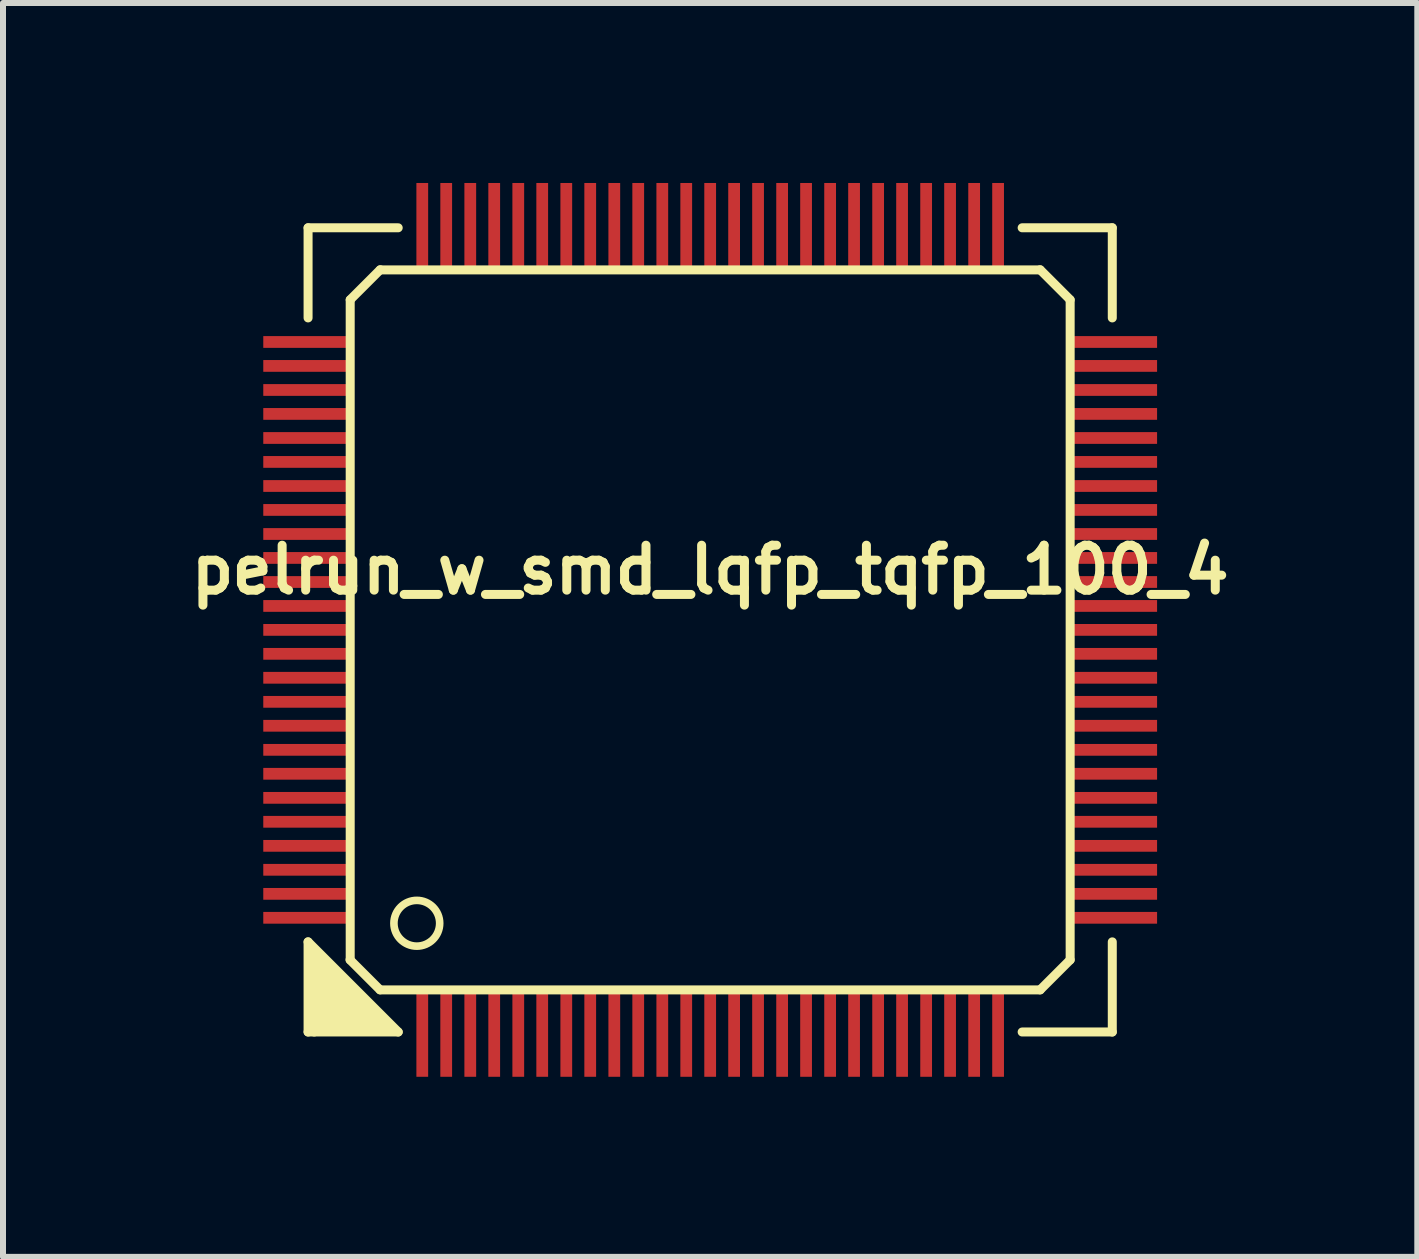
<source format=kicad_pcb>
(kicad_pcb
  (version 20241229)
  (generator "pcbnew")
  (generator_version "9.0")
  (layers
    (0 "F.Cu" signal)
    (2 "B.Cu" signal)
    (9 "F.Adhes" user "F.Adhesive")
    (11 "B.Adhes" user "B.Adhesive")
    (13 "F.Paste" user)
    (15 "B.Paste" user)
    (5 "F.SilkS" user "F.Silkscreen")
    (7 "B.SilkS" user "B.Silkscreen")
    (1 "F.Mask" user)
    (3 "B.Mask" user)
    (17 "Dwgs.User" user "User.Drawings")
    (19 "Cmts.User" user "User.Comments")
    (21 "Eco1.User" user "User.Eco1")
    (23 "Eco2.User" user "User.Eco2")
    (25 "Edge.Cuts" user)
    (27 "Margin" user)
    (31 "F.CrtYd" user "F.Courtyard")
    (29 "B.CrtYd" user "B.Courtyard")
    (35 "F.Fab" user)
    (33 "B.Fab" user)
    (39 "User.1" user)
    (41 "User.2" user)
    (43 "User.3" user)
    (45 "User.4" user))
  (footprint "pelrun_w_smd_lqfp_tqfp_100_4"
    (layer "F.Cu")
    (at 8.785 7.447)
    (property "Reference" "pelrun_w_smd_lqfp_tqfp_100_4" (at 0 -1.001 0) (layer "F.SilkS") (effects (font (size 0.749 0.749) (thickness 0.15))))
    (attr through_hole)
    (fp_line (start -6.701 -6.701) (end -6.701 -5.199) (stroke (width 0.15) (type solid)) (layer "F.SilkS"))
    (fp_line (start -6.701 5.199) (end -6.701 6.701) (stroke (width 0.15) (type solid)) (layer "F.SilkS"))
    (fp_line (start -6.701 5.199) (end -5.199 6.701) (stroke (width 0.15) (type solid)) (layer "F.SilkS"))
    (fp_line (start -6.701 6.701) (end -5.199 6.701) (stroke (width 0.15) (type solid)) (layer "F.SilkS"))
    (fp_line (start -6.599 5.4) (end -5.4 6.599) (stroke (width 0.15) (type solid)) (layer "F.SilkS"))
    (fp_line (start -6.599 6.701) (end -6.599 5.4) (stroke (width 0.15) (type solid)) (layer "F.SilkS"))
    (fp_line (start -6.5 5.601) (end -5.601 6.5) (stroke (width 0.15) (type solid)) (layer "F.SilkS"))
    (fp_line (start -6.5 6.599) (end -6.5 5.601) (stroke (width 0.15) (type solid)) (layer "F.SilkS"))
    (fp_line (start -6.401 5.799) (end -5.799 6.401) (stroke (width 0.15) (type solid)) (layer "F.SilkS"))
    (fp_line (start -6.401 6.5) (end -6.401 5.799) (stroke (width 0.15) (type solid)) (layer "F.SilkS"))
    (fp_line (start -6.299 5.999) (end -5.999 6.299) (stroke (width 0.15) (type solid)) (layer "F.SilkS"))
    (fp_line (start -6.299 6.401) (end -6.299 5.999) (stroke (width 0.15) (type solid)) (layer "F.SilkS"))
    (fp_line (start -6.2 6.299) (end -6.2 6.2) (stroke (width 0.15) (type solid)) (layer "F.SilkS"))
    (fp_line (start -5.999 -5.502) (end -5.499 -6.002) (stroke (width 0.15) (type solid)) (layer "F.SilkS"))
    (fp_line (start -5.999 -5.499) (end -5.999 5.499) (stroke (width 0.15) (type solid)) (layer "F.SilkS"))
    (fp_line (start -5.999 6.299) (end -6.2 6.299) (stroke (width 0.15) (type solid)) (layer "F.SilkS"))
    (fp_line (start -5.799 6.401) (end -6.299 6.401) (stroke (width 0.15) (type solid)) (layer "F.SilkS"))
    (fp_line (start -5.601 6.5) (end -6.401 6.5) (stroke (width 0.15) (type solid)) (layer "F.SilkS"))
    (fp_line (start -5.502 5.999) (end -6.002 5.499) (stroke (width 0.15) (type solid)) (layer "F.SilkS"))
    (fp_line (start -5.499 5.999) (end 5.499 5.999) (stroke (width 0.15) (type solid)) (layer "F.SilkS"))
    (fp_line (start -5.4 6.599) (end -6.5 6.599) (stroke (width 0.15) (type solid)) (layer "F.SilkS"))
    (fp_line (start -5.199 -6.701) (end -6.701 -6.701) (stroke (width 0.15) (type solid)) (layer "F.SilkS"))
    (fp_line (start 5.499 -6.002) (end 5.999 -5.502) (stroke (width 0.15) (type solid)) (layer "F.SilkS"))
    (fp_line (start 5.499 -5.999) (end -5.499 -5.999) (stroke (width 0.15) (type solid)) (layer "F.SilkS"))
    (fp_line (start 5.999 5.499) (end 5.499 5.999) (stroke (width 0.15) (type solid)) (layer "F.SilkS"))
    (fp_line (start 5.999 5.499) (end 5.999 -5.499) (stroke (width 0.15) (type solid)) (layer "F.SilkS"))
    (fp_line (start 6.701 -6.701) (end 5.199 -6.701) (stroke (width 0.15) (type solid)) (layer "F.SilkS"))
    (fp_line (start 6.701 -5.199) (end 6.701 -6.701) (stroke (width 0.15) (type solid)) (layer "F.SilkS"))
    (fp_line (start 6.701 6.701) (end 5.199 6.701) (stroke (width 0.15) (type solid)) (layer "F.SilkS"))
    (fp_line (start 6.701 6.701) (end 6.701 5.199) (stroke (width 0.15) (type solid)) (layer "F.SilkS"))
    (fp_circle (center -4.889 4.889) (end -5.118 5.194) (stroke (width 0.127) (type solid)) (fill no) (layer "F.SilkS"))
    (pad "1" smd rect (at -4.798 6.698) (size 0.196 1.499) (layers "F.Cu" "F.Mask" "F.Paste"))
    (pad "2" smd rect (at -4.399 6.698) (size 0.196 1.499) (layers "F.Cu" "F.Mask" "F.Paste"))
    (pad "3" smd rect (at -3.998 6.698) (size 0.196 1.499) (layers "F.Cu" "F.Mask" "F.Paste"))
    (pad "4" smd rect (at -3.599 6.698) (size 0.196 1.499) (layers "F.Cu" "F.Mask" "F.Paste"))
    (pad "5" smd rect (at -3.198 6.698) (size 0.196 1.499) (layers "F.Cu" "F.Mask" "F.Paste"))
    (pad "6" smd rect (at -2.799 6.698) (size 0.196 1.499) (layers "F.Cu" "F.Mask" "F.Paste"))
    (pad "7" smd rect (at -2.398 6.698) (size 0.196 1.499) (layers "F.Cu" "F.Mask" "F.Paste"))
    (pad "8" smd rect (at -1.999 6.698) (size 0.196 1.499) (layers "F.Cu" "F.Mask" "F.Paste"))
    (pad "9" smd rect (at -1.598 6.698) (size 0.196 1.499) (layers "F.Cu" "F.Mask" "F.Paste"))
    (pad "10" smd rect (at -1.199 6.698) (size 0.196 1.499) (layers "F.Cu" "F.Mask" "F.Paste"))
    (pad "11" smd rect (at -0.798 6.698) (size 0.196 1.499) (layers "F.Cu" "F.Mask" "F.Paste"))
    (pad "12" smd rect (at -0.399 6.698) (size 0.196 1.499) (layers "F.Cu" "F.Mask" "F.Paste"))
    (pad "13" smd rect (at 0 6.698) (size 0.196 1.499) (layers "F.Cu" "F.Mask" "F.Paste"))
    (pad "14" smd rect (at 0.399 6.698) (size 0.196 1.499) (layers "F.Cu" "F.Mask" "F.Paste"))
    (pad "15" smd rect (at 0.798 6.698) (size 0.196 1.499) (layers "F.Cu" "F.Mask" "F.Paste"))
    (pad "16" smd rect (at 1.199 6.698) (size 0.196 1.499) (layers "F.Cu" "F.Mask" "F.Paste"))
    (pad "17" smd rect (at 1.598 6.698) (size 0.196 1.499) (layers "F.Cu" "F.Mask" "F.Paste"))
    (pad "18" smd rect (at 1.999 6.698) (size 0.196 1.499) (layers "F.Cu" "F.Mask" "F.Paste"))
    (pad "19" smd rect (at 2.398 6.698) (size 0.196 1.499) (layers "F.Cu" "F.Mask" "F.Paste"))
    (pad "20" smd rect (at 2.799 6.698) (size 0.196 1.499) (layers "F.Cu" "F.Mask" "F.Paste"))
    (pad "21" smd rect (at 3.198 6.698) (size 0.196 1.499) (layers "F.Cu" "F.Mask" "F.Paste"))
    (pad "22" smd rect (at 3.599 6.698) (size 0.196 1.499) (layers "F.Cu" "F.Mask" "F.Paste"))
    (pad "23" smd rect (at 3.998 6.698) (size 0.196 1.499) (layers "F.Cu" "F.Mask" "F.Paste"))
    (pad "24" smd rect (at 4.399 6.698) (size 0.196 1.499) (layers "F.Cu" "F.Mask" "F.Paste"))
    (pad "25" smd rect (at 4.798 6.698) (size 0.196 1.499) (layers "F.Cu" "F.Mask" "F.Paste"))
    (pad "26" smd rect (at 6.698 4.798) (size 1.499 0.196) (layers "F.Cu" "F.Mask" "F.Paste"))
    (pad "27" smd rect (at 6.698 4.399) (size 1.499 0.196) (layers "F.Cu" "F.Mask" "F.Paste"))
    (pad "28" smd rect (at 6.698 3.998) (size 1.499 0.196) (layers "F.Cu" "F.Mask" "F.Paste"))
    (pad "29" smd rect (at 6.698 3.599) (size 1.499 0.196) (layers "F.Cu" "F.Mask" "F.Paste"))
    (pad "30" smd rect (at 6.698 3.198) (size 1.499 0.196) (layers "F.Cu" "F.Mask" "F.Paste"))
    (pad "31" smd rect (at 6.698 2.799) (size 1.499 0.196) (layers "F.Cu" "F.Mask" "F.Paste"))
    (pad "32" smd rect (at 6.698 2.398) (size 1.499 0.196) (layers "F.Cu" "F.Mask" "F.Paste"))
    (pad "33" smd rect (at 6.698 1.999) (size 1.499 0.196) (layers "F.Cu" "F.Mask" "F.Paste"))
    (pad "34" smd rect (at 6.698 1.598) (size 1.499 0.196) (layers "F.Cu" "F.Mask" "F.Paste"))
    (pad "35" smd rect (at 6.698 1.199) (size 1.499 0.196) (layers "F.Cu" "F.Mask" "F.Paste"))
    (pad "36" smd rect (at 6.698 0.798) (size 1.499 0.196) (layers "F.Cu" "F.Mask" "F.Paste"))
    (pad "37" smd rect (at 6.698 0.399) (size 1.499 0.196) (layers "F.Cu" "F.Mask" "F.Paste"))
    (pad "38" smd rect (at 6.698 0) (size 1.499 0.196) (layers "F.Cu" "F.Mask" "F.Paste"))
    (pad "39" smd rect (at 6.698 -0.399) (size 1.499 0.196) (layers "F.Cu" "F.Mask" "F.Paste"))
    (pad "40" smd rect (at 6.698 -0.798) (size 1.499 0.196) (layers "F.Cu" "F.Mask" "F.Paste"))
    (pad "41" smd rect (at 6.698 -1.199) (size 1.499 0.196) (layers "F.Cu" "F.Mask" "F.Paste"))
    (pad "42" smd rect (at 6.698 -1.598) (size 1.499 0.196) (layers "F.Cu" "F.Mask" "F.Paste"))
    (pad "43" smd rect (at 6.698 -1.999) (size 1.499 0.196) (layers "F.Cu" "F.Mask" "F.Paste"))
    (pad "44" smd rect (at 6.698 -2.398) (size 1.499 0.196) (layers "F.Cu" "F.Mask" "F.Paste"))
    (pad "45" smd rect (at 6.698 -2.799) (size 1.499 0.196) (layers "F.Cu" "F.Mask" "F.Paste"))
    (pad "46" smd rect (at 6.698 -3.198) (size 1.499 0.196) (layers "F.Cu" "F.Mask" "F.Paste"))
    (pad "47" smd rect (at 6.698 -3.599) (size 1.499 0.196) (layers "F.Cu" "F.Mask" "F.Paste"))
    (pad "48" smd rect (at 6.698 -3.998) (size 1.499 0.196) (layers "F.Cu" "F.Mask" "F.Paste"))
    (pad "49" smd rect (at 6.698 -4.399) (size 1.499 0.196) (layers "F.Cu" "F.Mask" "F.Paste"))
    (pad "50" smd rect (at 6.698 -4.798) (size 1.499 0.196) (layers "F.Cu" "F.Mask" "F.Paste"))
    (pad "51" smd rect (at 4.798 -6.698) (size 0.196 1.499) (layers "F.Cu" "F.Mask" "F.Paste"))
    (pad "52" smd rect (at 4.399 -6.698) (size 0.196 1.499) (layers "F.Cu" "F.Mask" "F.Paste"))
    (pad "53" smd rect (at 3.998 -6.698) (size 0.196 1.499) (layers "F.Cu" "F.Mask" "F.Paste"))
    (pad "54" smd rect (at 3.599 -6.698) (size 0.196 1.499) (layers "F.Cu" "F.Mask" "F.Paste"))
    (pad "55" smd rect (at 3.198 -6.698) (size 0.196 1.499) (layers "F.Cu" "F.Mask" "F.Paste"))
    (pad "56" smd rect (at 2.799 -6.698) (size 0.196 1.499) (layers "F.Cu" "F.Mask" "F.Paste"))
    (pad "57" smd rect (at 2.398 -6.698) (size 0.196 1.499) (layers "F.Cu" "F.Mask" "F.Paste"))
    (pad "58" smd rect (at 1.999 -6.698) (size 0.196 1.499) (layers "F.Cu" "F.Mask" "F.Paste"))
    (pad "59" smd rect (at 1.598 -6.698) (size 0.196 1.499) (layers "F.Cu" "F.Mask" "F.Paste"))
    (pad "60" smd rect (at 1.199 -6.698) (size 0.196 1.499) (layers "F.Cu" "F.Mask" "F.Paste"))
    (pad "61" smd rect (at 0.798 -6.698) (size 0.196 1.499) (layers "F.Cu" "F.Mask" "F.Paste"))
    (pad "62" smd rect (at 0.399 -6.698) (size 0.196 1.499) (layers "F.Cu" "F.Mask" "F.Paste"))
    (pad "63" smd rect (at 0 -6.698) (size 0.196 1.499) (layers "F.Cu" "F.Mask" "F.Paste"))
    (pad "64" smd rect (at -0.399 -6.698) (size 0.196 1.499) (layers "F.Cu" "F.Mask" "F.Paste"))
    (pad "65" smd rect (at -0.798 -6.698) (size 0.196 1.499) (layers "F.Cu" "F.Mask" "F.Paste"))
    (pad "66" smd rect (at -1.199 -6.698) (size 0.196 1.499) (layers "F.Cu" "F.Mask" "F.Paste"))
    (pad "67" smd rect (at -1.598 -6.698) (size 0.196 1.499) (layers "F.Cu" "F.Mask" "F.Paste"))
    (pad "68" smd rect (at -1.999 -6.698) (size 0.196 1.499) (layers "F.Cu" "F.Mask" "F.Paste"))
    (pad "69" smd rect (at -2.398 -6.698) (size 0.196 1.499) (layers "F.Cu" "F.Mask" "F.Paste"))
    (pad "70" smd rect (at -2.799 -6.698) (size 0.196 1.499) (layers "F.Cu" "F.Mask" "F.Paste"))
    (pad "71" smd rect (at -3.198 -6.698) (size 0.196 1.499) (layers "F.Cu" "F.Mask" "F.Paste"))
    (pad "72" smd rect (at -3.599 -6.698) (size 0.196 1.499) (layers "F.Cu" "F.Mask" "F.Paste"))
    (pad "73" smd rect (at -3.998 -6.698) (size 0.196 1.499) (layers "F.Cu" "F.Mask" "F.Paste"))
    (pad "74" smd rect (at -4.399 -6.698) (size 0.196 1.499) (layers "F.Cu" "F.Mask" "F.Paste"))
    (pad "75" smd rect (at -4.798 -6.698) (size 0.196 1.499) (layers "F.Cu" "F.Mask" "F.Paste"))
    (pad "76" smd rect (at -6.698 -4.798) (size 1.499 0.196) (layers "F.Cu" "F.Mask" "F.Paste"))
    (pad "77" smd rect (at -6.698 -4.399) (size 1.499 0.196) (layers "F.Cu" "F.Mask" "F.Paste"))
    (pad "78" smd rect (at -6.698 -3.998) (size 1.499 0.196) (layers "F.Cu" "F.Mask" "F.Paste"))
    (pad "79" smd rect (at -6.698 -3.599) (size 1.499 0.196) (layers "F.Cu" "F.Mask" "F.Paste"))
    (pad "80" smd rect (at -6.698 -3.198) (size 1.499 0.196) (layers "F.Cu" "F.Mask" "F.Paste"))
    (pad "81" smd rect (at -6.698 -2.799) (size 1.499 0.196) (layers "F.Cu" "F.Mask" "F.Paste"))
    (pad "82" smd rect (at -6.698 -2.398) (size 1.499 0.196) (layers "F.Cu" "F.Mask" "F.Paste"))
    (pad "83" smd rect (at -6.698 -1.999) (size 1.499 0.196) (layers "F.Cu" "F.Mask" "F.Paste"))
    (pad "84" smd rect (at -6.698 -1.598) (size 1.499 0.196) (layers "F.Cu" "F.Mask" "F.Paste"))
    (pad "85" smd rect (at -6.698 -1.199) (size 1.499 0.196) (layers "F.Cu" "F.Mask" "F.Paste"))
    (pad "86" smd rect (at -6.698 -0.798) (size 1.499 0.196) (layers "F.Cu" "F.Mask" "F.Paste"))
    (pad "87" smd rect (at -6.698 -0.399) (size 1.499 0.196) (layers "F.Cu" "F.Mask" "F.Paste"))
    (pad "88" smd rect (at -6.698 0) (size 1.499 0.196) (layers "F.Cu" "F.Mask" "F.Paste"))
    (pad "89" smd rect (at -6.698 0.399) (size 1.499 0.196) (layers "F.Cu" "F.Mask" "F.Paste"))
    (pad "90" smd rect (at -6.698 0.798) (size 1.499 0.196) (layers "F.Cu" "F.Mask" "F.Paste"))
    (pad "91" smd rect (at -6.698 1.199) (size 1.499 0.196) (layers "F.Cu" "F.Mask" "F.Paste"))
    (pad "92" smd rect (at -6.698 1.598) (size 1.499 0.196) (layers "F.Cu" "F.Mask" "F.Paste"))
    (pad "93" smd rect (at -6.698 1.999) (size 1.499 0.196) (layers "F.Cu" "F.Mask" "F.Paste"))
    (pad "94" smd rect (at -6.698 2.398) (size 1.499 0.196) (layers "F.Cu" "F.Mask" "F.Paste"))
    (pad "95" smd rect (at -6.698 2.799) (size 1.499 0.196) (layers "F.Cu" "F.Mask" "F.Paste"))
    (pad "96" smd rect (at -6.698 3.198) (size 1.499 0.196) (layers "F.Cu" "F.Mask" "F.Paste"))
    (pad "97" smd rect (at -6.698 3.599) (size 1.499 0.196) (layers "F.Cu" "F.Mask" "F.Paste"))
    (pad "98" smd rect (at -6.698 3.998) (size 1.499 0.196) (layers "F.Cu" "F.Mask" "F.Paste"))
    (pad "99" smd rect (at -6.698 4.399) (size 1.499 0.196) (layers "F.Cu" "F.Mask" "F.Paste"))
    (pad "100" smd rect (at -6.698 4.798) (size 1.499 0.196) (layers "F.Cu" "F.Mask" "F.Paste")))
  (gr_rect
    (start -3 -3)
    (end 20.569 17.895)
    (stroke (width 0.1) (type default))
    (fill no)
    (layer "Edge.Cuts")))
</source>
